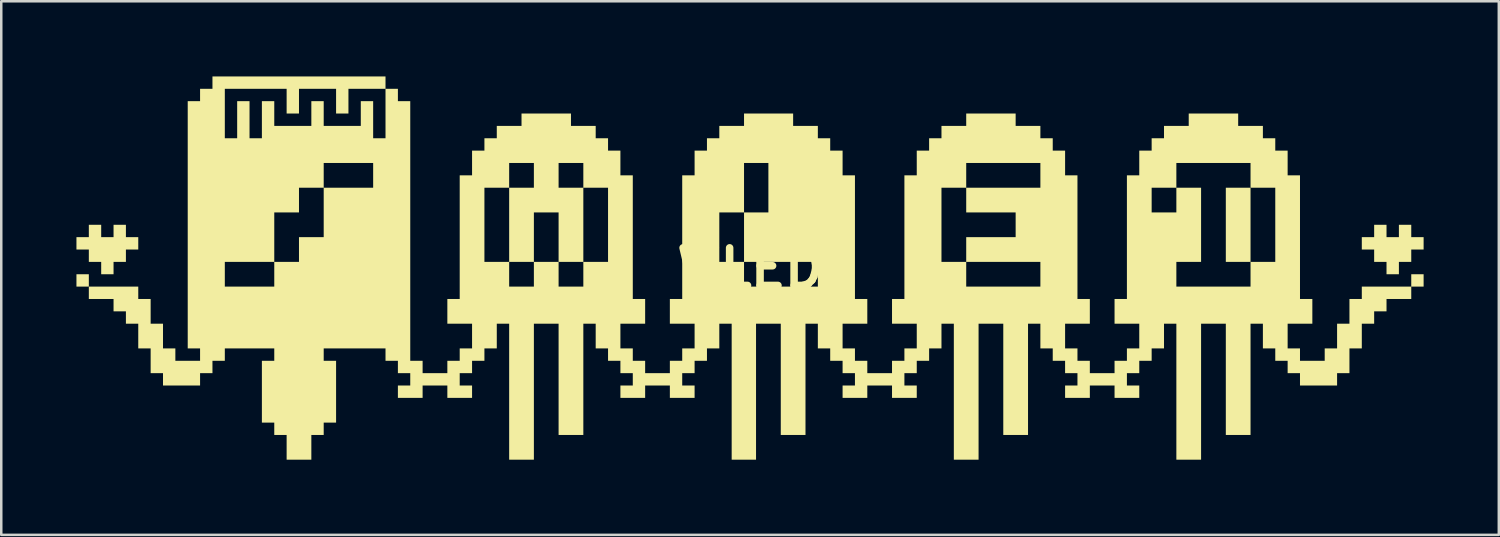
<source format=kicad_pcb>
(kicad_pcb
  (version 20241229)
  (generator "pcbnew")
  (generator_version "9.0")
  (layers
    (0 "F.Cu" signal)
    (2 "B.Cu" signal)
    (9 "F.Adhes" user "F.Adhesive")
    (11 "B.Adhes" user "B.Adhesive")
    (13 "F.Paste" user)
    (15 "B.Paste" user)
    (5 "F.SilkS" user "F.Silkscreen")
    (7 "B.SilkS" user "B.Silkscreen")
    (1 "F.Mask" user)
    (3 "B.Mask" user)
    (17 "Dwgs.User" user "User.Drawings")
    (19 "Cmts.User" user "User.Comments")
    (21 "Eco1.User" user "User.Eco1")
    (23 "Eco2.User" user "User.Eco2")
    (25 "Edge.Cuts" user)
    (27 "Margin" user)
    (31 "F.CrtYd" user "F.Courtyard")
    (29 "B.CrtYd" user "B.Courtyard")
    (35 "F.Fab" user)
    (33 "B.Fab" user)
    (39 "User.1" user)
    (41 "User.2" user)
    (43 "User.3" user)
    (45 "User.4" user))
  (footprint "WLED"
    (layer "F.Cu")
    (at 26.88 7.659)
    (property "Reference" "WLED" (at 0 0 0) (layer "F.SilkS") (effects (font (size 1.5 1.5) (thickness 0.3))))
    (attr board_only exclude_from_pos_files exclude_from_bom)
    (fp_poly (pts (xy -26.386 0.479) (xy -26.386 0.725) (xy -26.633 0.725) (xy -26.88 0.725) (xy -26.88 0.479) (xy -26.88 0.232) (xy -26.633 0.232) (xy -26.386 0.232)) (stroke (width 0) (type solid)) (fill yes) (layer "F.SilkS"))
    (fp_poly (pts (xy 19.96 -1.741) (xy 19.96 -0.261) (xy 19.467 -0.261) (xy 18.974 -0.261) (xy 18.974 -1.741) (xy 18.974 -3.22) (xy 19.467 -3.22) (xy 19.96 -3.22)) (stroke (width 0) (type solid)) (fill yes) (layer "F.SilkS"))
    (fp_poly (pts (xy -25.893 -1.494) (xy -25.893 -1.248) (xy -25.647 -1.248) (xy -25.4 -1.248) (xy -25.4 -1.494) (xy -25.4 -1.741) (xy -25.153 -1.741) (xy -24.907 -1.741) (xy -24.907 -1.494) (xy -24.907 -1.248) (xy -24.66 -1.248) (xy -24.414 -1.248) (xy -24.414 -1.001) (xy -24.414 -0.754) (xy -24.66 -0.754) (xy -24.907 -0.754) (xy -24.907 -0.508) (xy -24.907 -0.261) (xy -25.153 -0.261) (xy -25.4 -0.261) (xy -25.4 -0.015) (xy -25.4 0.232) (xy -25.647 0.232) (xy -25.893 0.232) (xy -25.893 -0.015) (xy -25.893 -0.261) (xy -26.14 -0.261) (xy -26.386 -0.261) (xy -26.386 -0.508) (xy -26.386 -0.754) (xy -26.633 -0.754) (xy -26.88 -0.754) (xy -26.88 -1.001) (xy -26.88 -1.248) (xy -26.633 -1.248) (xy -26.386 -1.248) (xy -26.386 -1.494) (xy -26.386 -1.741) (xy -26.14 -1.741) (xy -25.893 -1.741)) (stroke (width 0) (type solid)) (fill yes) (layer "F.SilkS"))
    (fp_poly (pts (xy 25.385 -1.494) (xy 25.385 -1.248) (xy 25.632 -1.248) (xy 25.879 -1.248) (xy 25.879 -1.494) (xy 25.879 -1.741) (xy 26.125 -1.741) (xy 26.372 -1.741) (xy 26.372 -1.494) (xy 26.372 -1.248) (xy 26.619 -1.248) (xy 26.865 -1.248) (xy 26.865 -1.001) (xy 26.865 -0.754) (xy 26.619 -0.754) (xy 26.372 -0.754) (xy 26.372 -0.508) (xy 26.372 -0.261) (xy 26.125 -0.261) (xy 25.879 -0.261) (xy 25.879 -0.015) (xy 25.879 0.232) (xy 25.632 0.232) (xy 25.385 0.232) (xy 25.385 -0.015) (xy 25.385 -0.261) (xy 25.139 -0.261) (xy 24.892 -0.261) (xy 24.892 -0.508) (xy 24.892 -0.754) (xy 24.646 -0.754) (xy 24.399 -0.754) (xy 24.399 -1.001) (xy 24.399 -1.248) (xy 24.646 -1.248) (xy 24.892 -1.248) (xy 24.892 -1.494) (xy 24.892 -1.741) (xy 25.139 -1.741) (xy 25.385 -1.741)) (stroke (width 0) (type solid)) (fill yes) (layer "F.SilkS"))
    (fp_poly (pts (xy -14.55 -7.413) (xy -14.55 -7.166) (xy -15.289 -7.166) (xy -16.029 -7.166) (xy -16.029 -6.673) (xy -16.029 -6.18) (xy -16.276 -6.18) (xy -16.522 -6.18) (xy -16.522 -6.673) (xy -16.522 -7.166) (xy -17.262 -7.166) (xy -18.002 -7.166) (xy -18.002 -6.673) (xy -18.002 -6.18) (xy -18.249 -6.18) (xy -18.495 -6.18) (xy -18.495 -6.673) (xy -18.495 -7.166) (xy -19.728 -7.166) (xy -20.961 -7.166) (xy -20.961 -6.18) (xy -20.961 -5.193) (xy -20.715 -5.193) (xy -20.468 -5.193) (xy -20.468 -5.933) (xy -20.468 -6.673) (xy -20.221 -6.673) (xy -19.975 -6.673) (xy -19.975 -5.933) (xy -19.975 -5.193) (xy -19.728 -5.193) (xy -19.482 -5.193) (xy -19.482 -5.933) (xy -19.482 -6.673) (xy -19.235 -6.673) (xy -18.988 -6.673) (xy -18.988 -6.18) (xy -18.988 -5.686) (xy -18.249 -5.686) (xy -17.509 -5.686) (xy -17.509 -6.18) (xy -17.509 -6.673) (xy -17.262 -6.673) (xy -17.016 -6.673) (xy -17.016 -6.18) (xy -17.016 -5.686) (xy -16.276 -5.686) (xy -15.536 -5.686) (xy -15.536 -6.18) (xy -15.536 -6.673) (xy -15.289 -6.673) (xy -15.043 -6.673) (xy -15.043 -5.933) (xy -15.043 -5.193) (xy -14.796 -5.193) (xy -14.55 -5.193) (xy -14.55 -6.18) (xy -14.55 -7.166) (xy -14.303 -7.166) (xy -14.056 -7.166) (xy -14.056 -6.919) (xy -14.056 -6.673) (xy -13.81 -6.673) (xy -13.563 -6.673) (xy -13.563 -1.494) (xy -13.563 3.685) (xy -13.317 3.685) (xy -13.07 3.685) (xy -13.07 3.931) (xy -13.07 4.178) (xy -12.577 4.178) (xy -12.083 4.178) (xy -12.083 3.931) (xy -12.083 3.685) (xy -11.837 3.685) (xy -11.59 3.685) (xy -11.59 3.438) (xy -11.59 3.191) (xy -11.344 3.191) (xy -11.097 3.191) (xy -11.097 2.698) (xy -11.097 2.205) (xy -11.59 2.205) (xy -12.083 2.205) (xy -12.083 1.712) (xy -12.083 1.219) (xy -11.837 1.219) (xy -11.59 1.219) (xy -11.59 -1.248) (xy -11.59 -3.22) (xy -10.604 -3.22) (xy -10.604 -1.741) (xy -10.604 -0.261) (xy -10.111 -0.261) (xy -9.617 -0.261) (xy -9.617 0.232) (xy -9.617 0.725) (xy -9.124 0.725) (xy -8.631 0.725) (xy -8.631 0.232) (xy -8.631 -0.261) (xy -8.138 -0.261) (xy -7.645 -0.261) (xy -7.645 0.232) (xy -7.645 0.725) (xy -7.151 0.725) (xy -6.658 0.725) (xy -6.658 0.232) (xy -6.658 -0.261) (xy -6.165 -0.261) (xy -5.672 -0.261) (xy -5.672 -1.741) (xy -5.672 -3.22) (xy -6.165 -3.22) (xy -6.658 -3.22) (xy -6.658 -1.741) (xy -6.658 -0.261) (xy -7.151 -0.261) (xy -7.645 -0.261) (xy -7.645 -1.248) (xy -7.645 -2.234) (xy -8.138 -2.234) (xy -8.631 -2.234) (xy -8.631 -1.248) (xy -8.631 -0.261) (xy -9.124 -0.261) (xy -9.617 -0.261) (xy -9.617 -1.741) (xy -9.617 -3.22) (xy -9.124 -3.22) (xy -8.631 -3.22) (xy -8.631 -3.714) (xy -7.645 -3.714) (xy -7.645 -3.22) (xy -7.151 -3.22) (xy -6.658 -3.22) (xy -6.658 -3.714) (xy -6.658 -4.207) (xy -7.151 -4.207) (xy -7.645 -4.207) (xy -7.645 -3.714) (xy -8.631 -3.714) (xy -8.631 -4.207) (xy -9.124 -4.207) (xy -9.617 -4.207) (xy -9.617 -3.714) (xy -9.617 -3.22) (xy -10.111 -3.22) (xy -10.604 -3.22) (xy -11.59 -3.22) (xy -11.59 -3.714) (xy -11.344 -3.714) (xy -11.097 -3.714) (xy -11.097 -4.207) (xy -11.097 -4.7) (xy -10.85 -4.7) (xy -10.604 -4.7) (xy -10.604 -4.947) (xy -10.604 -5.193) (xy -10.357 -5.193) (xy -10.111 -5.193) (xy -10.111 -5.44) (xy -10.111 -5.686) (xy -9.617 -5.686) (xy -9.124 -5.686) (xy -9.124 -5.933) (xy -9.124 -6.18) (xy -8.138 -6.18) (xy -7.151 -6.18) (xy -7.151 -5.933) (xy -7.151 -5.686) (xy -6.658 -5.686) (xy -6.165 -5.686) (xy -6.165 -5.44) (xy -6.165 -5.193) (xy -5.918 -5.193) (xy -5.672 -5.193) (xy -5.672 -4.947) (xy -5.672 -4.7) (xy -5.425 -4.7) (xy -5.179 -4.7) (xy -5.179 -4.207) (xy -5.179 -3.714) (xy -4.932 -3.714) (xy -4.685 -3.714) (xy -4.685 -1.248) (xy -4.685 1.219) (xy -4.439 1.219) (xy -4.192 1.219) (xy -4.192 1.712) (xy -4.192 2.205) (xy -4.685 2.205) (xy -5.179 2.205) (xy -5.179 2.698) (xy -5.179 3.191) (xy -4.932 3.191) (xy -4.685 3.191) (xy -4.685 3.438) (xy -4.685 3.685) (xy -4.439 3.685) (xy -4.192 3.685) (xy -4.192 3.931) (xy -4.192 4.178) (xy -3.699 4.178) (xy -3.206 4.178) (xy -3.206 3.931) (xy -3.206 3.685) (xy -2.959 3.685) (xy -2.713 3.685) (xy -2.713 3.438) (xy -2.713 3.191) (xy -2.466 3.191) (xy -2.219 3.191) (xy -2.219 2.698) (xy -2.219 2.205) (xy -2.713 2.205) (xy -3.206 2.205) (xy -3.206 1.712) (xy -3.206 1.219) (xy -2.959 1.219) (xy -2.713 1.219) (xy -2.713 0.232) (xy -0.247 0.232) (xy -0.247 0.725) (xy 1.226 0.725) (xy 2.698 0.725) (xy 2.698 0.232) (xy 2.698 -0.261) (xy 1.226 -0.261) (xy -0.247 -0.261) (xy -0.247 0.232) (xy -2.713 0.232) (xy -2.713 -1.248) (xy -2.713 -2.234) (xy -1.233 -2.234) (xy -1.233 -1.248) (xy -1.233 -0.261) (xy -0.74 -0.261) (xy -0.247 -0.261) (xy -0.247 -1.248) (xy -0.247 -2.234) (xy 0.239 -2.234) (xy 0.725 -2.234) (xy 0.725 -3.22) (xy 0.725 -4.207) (xy 0.239 -4.207) (xy -0.247 -4.207) (xy -0.247 -3.22) (xy -0.247 -2.234) (xy -0.74 -2.234) (xy -1.233 -2.234) (xy -2.713 -2.234) (xy -2.713 -3.714) (xy -2.466 -3.714) (xy -2.219 -3.714) (xy -2.219 -4.207) (xy -2.219 -4.7) (xy -1.973 -4.7) (xy -1.726 -4.7) (xy -1.726 -4.947) (xy -1.726 -5.193) (xy -1.48 -5.193) (xy -1.233 -5.193) (xy -1.233 -5.44) (xy -1.233 -5.686) (xy -0.74 -5.686) (xy -0.247 -5.686) (xy -0.247 -5.933) (xy -0.247 -6.18) (xy 0.733 -6.18) (xy 1.712 -6.18) (xy 1.712 -5.933) (xy 1.712 -5.686) (xy 2.205 -5.686) (xy 2.698 -5.686) (xy 2.698 -5.44) (xy 2.698 -5.193) (xy 2.945 -5.193) (xy 3.191 -5.193) (xy 3.191 -4.947) (xy 3.191 -4.7) (xy 3.438 -4.7) (xy 3.685 -4.7) (xy 3.685 -4.207) (xy 3.685 -3.714) (xy 3.931 -3.714) (xy 4.178 -3.714) (xy 4.178 -1.248) (xy 4.178 1.219) (xy 4.424 1.219) (xy 4.671 1.219) (xy 4.671 1.712) (xy 4.671 2.205) (xy 4.178 2.205) (xy 3.685 2.205) (xy 3.685 2.698) (xy 3.685 3.191) (xy 3.931 3.191) (xy 4.178 3.191) (xy 4.178 3.438) (xy 4.178 3.685) (xy 4.424 3.685) (xy 4.671 3.685) (xy 4.671 3.931) (xy 4.671 4.178) (xy 5.164 4.178) (xy 5.657 4.178) (xy 5.657 3.931) (xy 5.657 3.685) (xy 5.904 3.685) (xy 6.151 3.685) (xy 6.151 3.438) (xy 6.151 3.191) (xy 6.397 3.191) (xy 6.644 3.191) (xy 6.644 2.698) (xy 6.644 2.205) (xy 6.151 2.205) (xy 5.657 2.205) (xy 5.657 1.712) (xy 5.657 1.219) (xy 5.904 1.219) (xy 6.151 1.219) (xy 6.151 0.232) (xy 8.617 0.232) (xy 8.617 0.725) (xy 10.096 0.725) (xy 11.576 0.725) (xy 11.576 0.232) (xy 11.576 -0.261) (xy 10.096 -0.261) (xy 8.617 -0.261) (xy 8.617 0.232) (xy 6.151 0.232) (xy 6.151 -1.248) (xy 6.151 -3.22) (xy 7.63 -3.22) (xy 7.63 -1.741) (xy 7.63 -0.261) (xy 8.123 -0.261) (xy 8.617 -0.261) (xy 8.617 -0.754) (xy 8.617 -1.248) (xy 9.603 -1.248) (xy 10.589 -1.248) (xy 10.589 -1.741) (xy 10.589 -2.234) (xy 9.603 -2.234) (xy 8.617 -2.234) (xy 8.617 -2.727) (xy 8.617 -3.22) (xy 10.096 -3.22) (xy 11.576 -3.22) (xy 11.576 -3.714) (xy 11.576 -4.207) (xy 10.096 -4.207) (xy 8.617 -4.207) (xy 8.617 -3.714) (xy 8.617 -3.22) (xy 8.123 -3.22) (xy 7.63 -3.22) (xy 6.151 -3.22) (xy 6.151 -3.714) (xy 6.397 -3.714) (xy 6.644 -3.714) (xy 6.644 -4.207) (xy 6.644 -4.7) (xy 6.89 -4.7) (xy 7.137 -4.7) (xy 7.137 -4.947) (xy 7.137 -5.193) (xy 7.384 -5.193) (xy 7.63 -5.193) (xy 7.63 -5.44) (xy 7.63 -5.686) (xy 8.123 -5.686) (xy 8.617 -5.686) (xy 8.617 -5.933) (xy 8.617 -6.18) (xy 9.603 -6.18) (xy 10.589 -6.18) (xy 10.589 -5.933) (xy 10.589 -5.686) (xy 11.083 -5.686) (xy 11.576 -5.686) (xy 11.576 -5.44) (xy 11.576 -5.193) (xy 11.822 -5.193) (xy 12.069 -5.193) (xy 12.069 -4.947) (xy 12.069 -4.7) (xy 12.316 -4.7) (xy 12.562 -4.7) (xy 12.562 -4.207) (xy 12.562 -3.714) (xy 12.809 -3.714) (xy 13.055 -3.714) (xy 13.055 -1.248) (xy 13.055 1.219) (xy 13.302 1.219) (xy 13.549 1.219) (xy 13.549 1.712) (xy 13.549 2.205) (xy 13.055 2.205) (xy 12.562 2.205) (xy 12.562 2.698) (xy 12.562 3.191) (xy 12.809 3.191) (xy 13.055 3.191) (xy 13.055 3.438) (xy 13.055 3.685) (xy 13.302 3.685) (xy 13.549 3.685) (xy 13.549 3.931) (xy 13.549 4.178) (xy 14.042 4.178) (xy 14.535 4.178) (xy 14.535 3.931) (xy 14.535 3.685) (xy 14.782 3.685) (xy 15.028 3.685) (xy 15.028 3.438) (xy 15.028 3.191) (xy 15.275 3.191) (xy 15.521 3.191) (xy 15.521 2.698) (xy 15.521 2.205) (xy 15.028 2.205) (xy 14.535 2.205) (xy 14.535 1.712) (xy 14.535 1.219) (xy 14.782 1.219) (xy 15.028 1.219) (xy 15.028 -1.248) (xy 15.028 -3.22) (xy 16.015 -3.22) (xy 16.015 -2.727) (xy 16.015 -2.234) (xy 16.508 -2.234) (xy 17.001 -2.234) (xy 17.001 -2.727) (xy 17.001 -3.22) (xy 17.494 -3.22) (xy 17.987 -3.22) (xy 17.987 -1.741) (xy 17.987 -0.261) (xy 17.494 -0.261) (xy 17.001 -0.261) (xy 17.001 0.232) (xy 17.001 0.725) (xy 18.481 0.725) (xy 19.96 0.725) (xy 19.96 0.232) (xy 19.96 -0.261) (xy 20.453 -0.261) (xy 20.947 -0.261) (xy 20.947 -1.741) (xy 20.947 -3.22) (xy 20.453 -3.22) (xy 19.96 -3.22) (xy 19.96 -3.714) (xy 19.96 -4.207) (xy 18.481 -4.207) (xy 17.001 -4.207) (xy 17.001 -3.714) (xy 17.001 -3.22) (xy 16.508 -3.22) (xy 16.015 -3.22) (xy 15.028 -3.22) (xy 15.028 -3.714) (xy 15.275 -3.714) (xy 15.521 -3.714) (xy 15.521 -4.207) (xy 15.521 -4.7) (xy 15.768 -4.7) (xy 16.015 -4.7) (xy 16.015 -4.947) (xy 16.015 -5.193) (xy 16.261 -5.193) (xy 16.508 -5.193) (xy 16.508 -5.44) (xy 16.508 -5.686) (xy 17.001 -5.686) (xy 17.494 -5.686) (xy 17.494 -5.933) (xy 17.494 -6.18) (xy 18.481 -6.18) (xy 19.467 -6.18) (xy 19.467 -5.933) (xy 19.467 -5.686) (xy 19.96 -5.686) (xy 20.453 -5.686) (xy 20.453 -5.44) (xy 20.453 -5.193) (xy 20.7 -5.193) (xy 20.947 -5.193) (xy 20.947 -4.947) (xy 20.947 -4.7) (xy 21.193 -4.7) (xy 21.44 -4.7) (xy 21.44 -4.207) (xy 21.44 -3.714) (xy 21.686 -3.714) (xy 21.933 -3.714) (xy 21.933 -1.248) (xy 21.933 1.219) (xy 22.18 1.219) (xy 22.426 1.219) (xy 22.426 1.712) (xy 22.426 2.205) (xy 21.933 2.205) (xy 21.44 2.205) (xy 21.44 2.698) (xy 21.44 3.191) (xy 21.686 3.191) (xy 21.933 3.191) (xy 21.933 3.438) (xy 21.933 3.685) (xy 22.426 3.685) (xy 22.919 3.685) (xy 22.919 3.438) (xy 22.919 3.191) (xy 23.166 3.191) (xy 23.413 3.191) (xy 23.413 2.698) (xy 23.413 2.205) (xy 23.659 2.205) (xy 23.906 2.205) (xy 23.906 1.712) (xy 23.906 1.219) (xy 24.152 1.219) (xy 24.399 1.219) (xy 24.399 0.972) (xy 24.399 0.725) (xy 25.385 0.725) (xy 26.372 0.725) (xy 26.372 0.479) (xy 26.372 0.232) (xy 26.619 0.232) (xy 26.865 0.232) (xy 26.865 0.479) (xy 26.865 0.725) (xy 26.619 0.725) (xy 26.372 0.725) (xy 26.372 0.972) (xy 26.372 1.219) (xy 25.879 1.219) (xy 25.385 1.219) (xy 25.385 1.465) (xy 25.385 1.712) (xy 25.139 1.712) (xy 24.892 1.712) (xy 24.892 1.958) (xy 24.892 2.205) (xy 24.646 2.205) (xy 24.399 2.205) (xy 24.399 2.698) (xy 24.399 3.191) (xy 24.152 3.191) (xy 23.906 3.191) (xy 23.906 3.685) (xy 23.906 4.178) (xy 23.659 4.178) (xy 23.413 4.178) (xy 23.413 4.424) (xy 23.413 4.671) (xy 22.673 4.671) (xy 21.933 4.671) (xy 21.933 4.424) (xy 21.933 4.178) (xy 21.686 4.178) (xy 21.44 4.178) (xy 21.44 3.931) (xy 21.44 3.685) (xy 21.193 3.685) (xy 20.947 3.685) (xy 20.947 3.438) (xy 20.947 3.191) (xy 20.7 3.191) (xy 20.453 3.191) (xy 20.453 2.698) (xy 20.453 2.205) (xy 20.207 2.205) (xy 19.96 2.205) (xy 19.96 4.424) (xy 19.96 6.644) (xy 19.467 6.644) (xy 18.974 6.644) (xy 18.974 4.424) (xy 18.974 2.205) (xy 18.481 2.205) (xy 17.987 2.205) (xy 17.987 4.918) (xy 17.987 7.63) (xy 17.494 7.63) (xy 17.001 7.63) (xy 17.001 4.918) (xy 17.001 2.205) (xy 16.754 2.205) (xy 16.508 2.205) (xy 16.508 2.698) (xy 16.508 3.191) (xy 16.261 3.191) (xy 16.015 3.191) (xy 16.015 3.438) (xy 16.015 3.685) (xy 15.768 3.685) (xy 15.521 3.685) (xy 15.521 3.931) (xy 15.521 4.178) (xy 15.275 4.178) (xy 15.028 4.178) (xy 15.028 4.424) (xy 15.028 4.671) (xy 15.275 4.671) (xy 15.521 4.671) (xy 15.521 4.918) (xy 15.521 5.164) (xy 15.028 5.164) (xy 14.535 5.164) (xy 14.535 4.918) (xy 14.535 4.671) (xy 14.042 4.671) (xy 13.549 4.671) (xy 13.549 4.918) (xy 13.549 5.164) (xy 13.055 5.164) (xy 12.562 5.164) (xy 12.562 4.918) (xy 12.562 4.671) (xy 12.809 4.671) (xy 13.055 4.671) (xy 13.055 4.424) (xy 13.055 4.178) (xy 12.809 4.178) (xy 12.562 4.178) (xy 12.562 3.931) (xy 12.562 3.685) (xy 12.316 3.685) (xy 12.069 3.685) (xy 12.069 3.438) (xy 12.069 3.191) (xy 11.822 3.191) (xy 11.576 3.191) (xy 11.576 2.698) (xy 11.576 2.205) (xy 11.329 2.205) (xy 11.083 2.205) (xy 11.083 4.424) (xy 11.083 6.644) (xy 10.589 6.644) (xy 10.096 6.644) (xy 10.096 4.424) (xy 10.096 2.205) (xy 9.603 2.205) (xy 9.11 2.205) (xy 9.11 4.918) (xy 9.11 7.63) (xy 8.617 7.63) (xy 8.123 7.63) (xy 8.123 4.918) (xy 8.123 2.205) (xy 7.877 2.205) (xy 7.63 2.205) (xy 7.63 2.698) (xy 7.63 3.191) (xy 7.384 3.191) (xy 7.137 3.191) (xy 7.137 3.438) (xy 7.137 3.685) (xy 6.89 3.685) (xy 6.644 3.685) (xy 6.644 3.931) (xy 6.644 4.178) (xy 6.397 4.178) (xy 6.151 4.178) (xy 6.151 4.424) (xy 6.151 4.671) (xy 6.397 4.671) (xy 6.644 4.671) (xy 6.644 4.918) (xy 6.644 5.164) (xy 6.151 5.164) (xy 5.657 5.164) (xy 5.657 4.918) (xy 5.657 4.671) (xy 5.164 4.671) (xy 4.671 4.671) (xy 4.671 4.918) (xy 4.671 5.164) (xy 4.178 5.164) (xy 3.685 5.164) (xy 3.685 4.918) (xy 3.685 4.671) (xy 3.931 4.671) (xy 4.178 4.671) (xy 4.178 4.424) (xy 4.178 4.178) (xy 3.931 4.178) (xy 3.685 4.178) (xy 3.685 3.931) (xy 3.685 3.685) (xy 3.438 3.685) (xy 3.191 3.685) (xy 3.191 3.438) (xy 3.191 3.191) (xy 2.945 3.191) (xy 2.698 3.191) (xy 2.698 2.698) (xy 2.698 2.205) (xy 2.452 2.205) (xy 2.205 2.205) (xy 2.205 4.424) (xy 2.205 6.644) (xy 1.712 6.644) (xy 1.219 6.644) (xy 1.219 4.424) (xy 1.219 2.205) (xy 0.725 2.205) (xy 0.232 2.205) (xy 0.232 4.918) (xy 0.232 7.63) (xy -0.254 7.63) (xy -0.74 7.63) (xy -0.74 4.918) (xy -0.74 2.205) (xy -0.986 2.205) (xy -1.233 2.205) (xy -1.233 2.698) (xy -1.233 3.191) (xy -1.48 3.191) (xy -1.726 3.191) (xy -1.726 3.438) (xy -1.726 3.685) (xy -1.973 3.685) (xy -2.219 3.685) (xy -2.219 3.931) (xy -2.219 4.178) (xy -2.466 4.178) (xy -2.713 4.178) (xy -2.713 4.424) (xy -2.713 4.671) (xy -2.466 4.671) (xy -2.219 4.671) (xy -2.219 4.918) (xy -2.219 5.164) (xy -2.713 5.164) (xy -3.206 5.164) (xy -3.206 4.918) (xy -3.206 4.671) (xy -3.699 4.671) (xy -4.192 4.671) (xy -4.192 4.918) (xy -4.192 5.164) (xy -4.685 5.164) (xy -5.179 5.164) (xy -5.179 4.918) (xy -5.179 4.671) (xy -4.932 4.671) (xy -4.685 4.671) (xy -4.685 4.424) (xy -4.685 4.178) (xy -4.932 4.178) (xy -5.179 4.178) (xy -5.179 3.931) (xy -5.179 3.685) (xy -5.425 3.685) (xy -5.672 3.685) (xy -5.672 3.438) (xy -5.672 3.191) (xy -5.918 3.191) (xy -6.165 3.191) (xy -6.165 2.698) (xy -6.165 2.205) (xy -6.412 2.205) (xy -6.658 2.205) (xy -6.658 4.424) (xy -6.658 6.644) (xy -7.151 6.644) (xy -7.645 6.644) (xy -7.645 4.424) (xy -7.645 2.205) (xy -8.138 2.205) (xy -8.631 2.205) (xy -8.631 4.918) (xy -8.631 7.63) (xy -9.124 7.63) (xy -9.617 7.63) (xy -9.617 4.918) (xy -9.617 2.205) (xy -9.864 2.205) (xy -10.111 2.205) (xy -10.111 2.698) (xy -10.111 3.191) (xy -10.357 3.191) (xy -10.604 3.191) (xy -10.604 3.438) (xy -10.604 3.685) (xy -10.85 3.685) (xy -11.097 3.685) (xy -11.097 3.931) (xy -11.097 4.178) (xy -11.344 4.178) (xy -11.59 4.178) (xy -11.59 4.424) (xy -11.59 4.671) (xy -11.344 4.671) (xy -11.097 4.671) (xy -11.097 4.918) (xy -11.097 5.164) (xy -11.59 5.164) (xy -12.083 5.164) (xy -12.083 4.918) (xy -12.083 4.671) (xy -12.577 4.671) (xy -13.07 4.671) (xy -13.07 4.918) (xy -13.07 5.164) (xy -13.563 5.164) (xy -14.056 5.164) (xy -14.056 4.918) (xy -14.056 4.671) (xy -13.81 4.671) (xy -13.563 4.671) (xy -13.563 4.424) (xy -13.563 4.178) (xy -13.81 4.178) (xy -14.056 4.178) (xy -14.056 3.931) (xy -14.056 3.685) (xy -14.303 3.685) (xy -14.55 3.685) (xy -14.55 3.438) (xy -14.55 3.191) (xy -15.783 3.191) (xy -17.016 3.191) (xy -17.016 3.438) (xy -17.016 3.685) (xy -16.769 3.685) (xy -16.522 3.685) (xy -16.522 4.918) (xy -16.522 6.151) (xy -16.769 6.151) (xy -17.016 6.151) (xy -17.016 6.397) (xy -17.016 6.644) (xy -17.262 6.644) (xy -17.509 6.644) (xy -17.509 7.137) (xy -17.509 7.63) (xy -18.002 7.63) (xy -18.495 7.63) (xy -18.495 7.137) (xy -18.495 6.644) (xy -18.742 6.644) (xy -18.988 6.644) (xy -18.988 6.397) (xy -18.988 6.151) (xy -19.235 6.151) (xy -19.482 6.151) (xy -19.482 4.918) (xy -19.482 3.685) (xy -19.235 3.685) (xy -18.988 3.685) (xy -18.988 3.438) (xy -18.988 3.191) (xy -19.975 3.191) (xy -20.961 3.191) (xy -20.961 3.438) (xy -20.961 3.685) (xy -21.208 3.685) (xy -21.454 3.685) (xy -21.454 3.931) (xy -21.454 4.178) (xy -21.701 4.178) (xy -21.948 4.178) (xy -21.948 4.424) (xy -21.948 4.671) (xy -22.687 4.671) (xy -23.427 4.671) (xy -23.427 4.424) (xy -23.427 4.178) (xy -23.674 4.178) (xy -23.92 4.178) (xy -23.92 3.685) (xy -23.92 3.191) (xy -24.167 3.191) (xy -24.414 3.191) (xy -24.414 2.698) (xy -24.414 2.205) (xy -24.66 2.205) (xy -24.907 2.205) (xy -24.907 1.958) (xy -24.907 1.712) (xy -25.153 1.712) (xy -25.4 1.712) (xy -25.4 1.465) (xy -25.4 1.219) (xy -25.893 1.219) (xy -26.386 1.219) (xy -26.386 0.972) (xy -26.386 0.725) (xy -25.4 0.725) (xy -24.414 0.725) (xy -24.414 0.972) (xy -24.414 1.219) (xy -24.167 1.219) (xy -23.92 1.219) (xy -23.92 1.712) (xy -23.92 2.205) (xy -23.674 2.205) (xy -23.427 2.205) (xy -23.427 2.698) (xy -23.427 3.191) (xy -23.181 3.191) (xy -22.934 3.191) (xy -22.934 3.438) (xy -22.934 3.685) (xy -22.441 3.685) (xy -21.948 3.685) (xy -21.948 3.438) (xy -21.948 3.191) (xy -22.194 3.191) (xy -22.441 3.191) (xy -22.441 -0.261) (xy -20.961 -0.261) (xy -20.961 0.232) (xy -20.961 0.725) (xy -19.975 0.725) (xy -18.988 0.725) (xy -18.988 0.232) (xy -18.988 -0.261) (xy -18.495 -0.261) (xy -18.002 -0.261) (xy -18.002 -0.754) (xy -18.002 -1.248) (xy -17.509 -1.248) (xy -17.016 -1.248) (xy -17.016 -2.234) (xy -17.016 -3.22) (xy -16.029 -3.22) (xy -15.043 -3.22) (xy -15.043 -3.714) (xy -15.043 -4.207) (xy -16.029 -4.207) (xy -17.016 -4.207) (xy -17.016 -3.714) (xy -17.016 -3.22) (xy -17.509 -3.22) (xy -18.002 -3.22) (xy -18.002 -2.727) (xy -18.002 -2.234) (xy -18.495 -2.234) (xy -18.988 -2.234) (xy -18.988 -1.248) (xy -18.988 -0.261) (xy -19.975 -0.261) (xy -20.961 -0.261) (xy -22.441 -0.261) (xy -22.441 -1.741) (xy -22.441 -6.673) (xy -22.194 -6.673) (xy -21.948 -6.673) (xy -21.948 -6.919) (xy -21.948 -7.166) (xy -21.701 -7.166) (xy -21.454 -7.166) (xy -21.454 -7.413) (xy -21.454 -7.659) (xy -18.002 -7.659) (xy -14.55 -7.659)) (stroke (width 0) (type solid)) (fill yes) (layer "F.SilkS")))
  (gr_rect
    (start -3 -3)
    (end 56.745 18.289)
    (stroke (width 0.1) (type default))
    (fill no)
    (layer "Edge.Cuts")))
</source>
